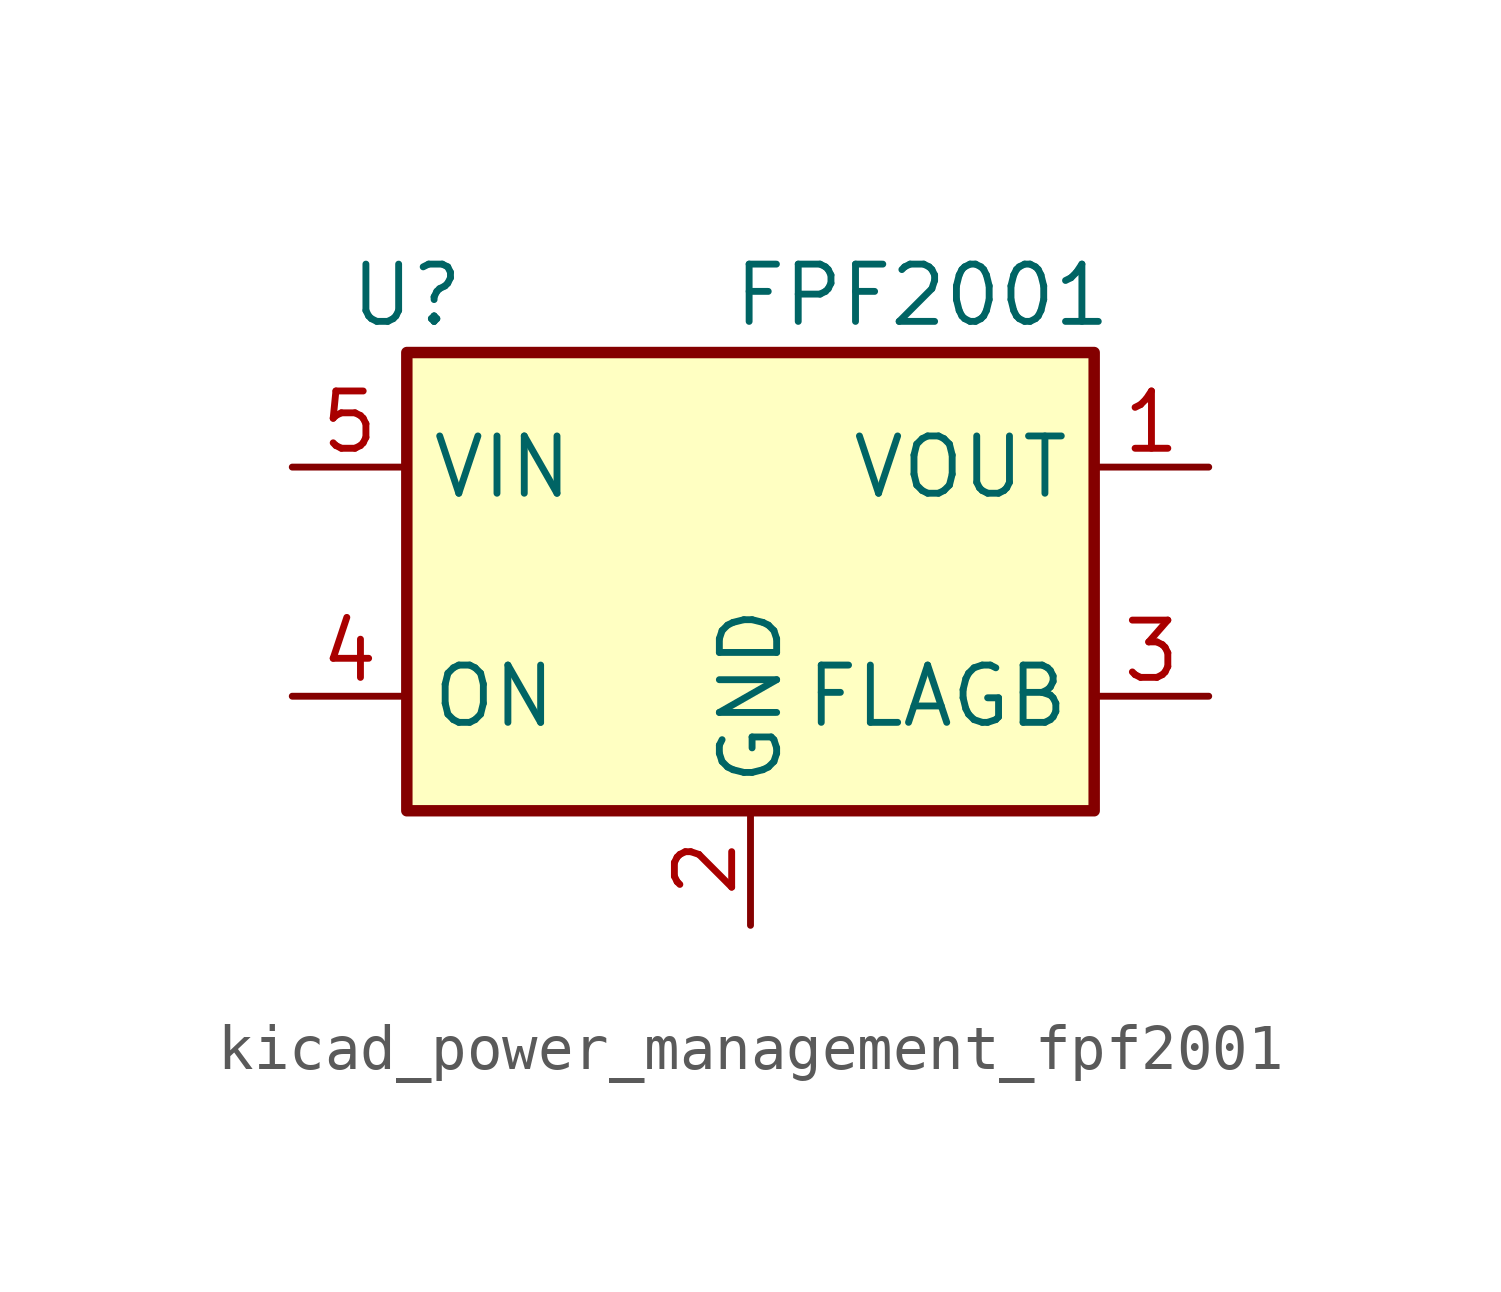
<source format=kicad_sym>
(kicad_symbol_lib
  (version 20220914)
  (generator kicad_symbol_editor)
  (symbol "kicad_power_management_fpf2001"
    (property "Reference" "U"
      (at -7.62 6.35 0)
      (effects (font (size 1.27 1.27))))
    (property "Value" "FPF2001"
      (at 3.81 6.35 0)
      (effects (font (size 1.27 1.27))))
    (symbol "kicad_power_management_fpf2001_0_1"
      (rectangle (start -7.62 5.08) (end 7.62 -5.08) (stroke (width 0.254) (type default)) (fill (type background))))
    (symbol "kicad_power_management_fpf2001_1_1"
      (pin power_out line (at 10.16 2.54 180) (length 2.54) (name "VOUT" (effects (font (size 1.27 1.27)))) (number "1" (effects (font (size 1.27 1.27)))))
      (pin power_in line (at 0 -7.62 90) (length 2.54) (name "GND" (effects (font (size 1.27 1.27)))) (number "2" (effects (font (size 1.27 1.27)))))
      (pin open_collector line (at 10.16 -2.54 180) (length 2.54) (name "FLAGB" (effects (font (size 1.27 1.27)))) (number "3" (effects (font (size 1.27 1.27)))))
      (pin input line (at -10.16 -2.54 0) (length 2.54) (name "ON" (effects (font (size 1.27 1.27)))) (number "4" (effects (font (size 1.27 1.27)))))
      (pin power_in line (at -10.16 2.54 0) (length 2.54) (name "VIN" (effects (font (size 1.27 1.27)))) (number "5" (effects (font (size 1.27 1.27))))))))
</source>
